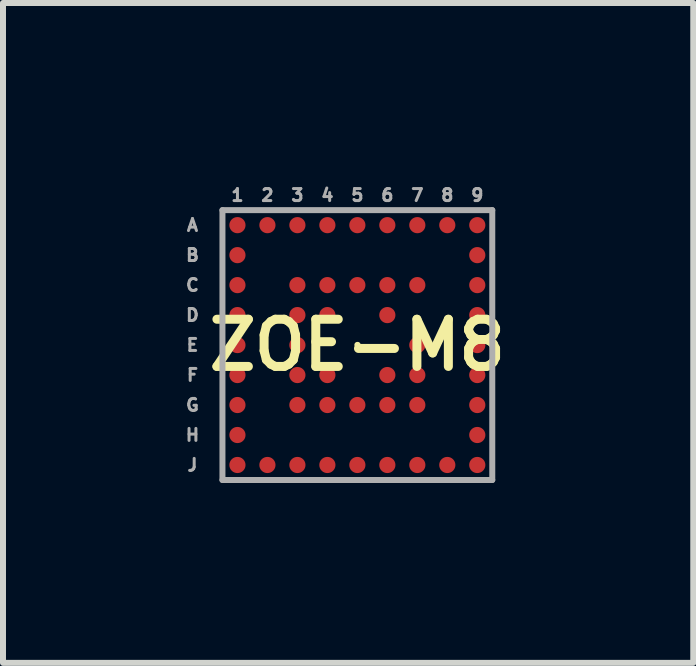
<source format=kicad_pcb>
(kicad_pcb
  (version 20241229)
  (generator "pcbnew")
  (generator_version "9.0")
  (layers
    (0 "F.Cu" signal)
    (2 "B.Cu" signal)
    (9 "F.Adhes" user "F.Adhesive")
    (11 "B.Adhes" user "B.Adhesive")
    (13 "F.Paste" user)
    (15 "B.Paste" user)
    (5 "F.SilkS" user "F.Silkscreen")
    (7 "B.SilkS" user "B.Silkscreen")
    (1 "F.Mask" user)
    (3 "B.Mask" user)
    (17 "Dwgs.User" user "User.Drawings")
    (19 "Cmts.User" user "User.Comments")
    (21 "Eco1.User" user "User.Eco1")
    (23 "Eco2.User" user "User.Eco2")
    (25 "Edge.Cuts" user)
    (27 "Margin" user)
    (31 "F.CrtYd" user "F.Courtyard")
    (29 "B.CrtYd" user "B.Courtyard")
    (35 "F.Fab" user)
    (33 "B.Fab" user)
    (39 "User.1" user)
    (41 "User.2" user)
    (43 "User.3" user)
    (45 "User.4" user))
  (footprint "ZOE-M8"
    (layer "F.Cu")
    (at 2.91 2.705)
    (property "Reference" "ZOE-M8" (at 0 0 0) (layer "F.SilkS") (effects (font (size 0.787 0.787) (thickness 0.15))))
    (attr through_hole)
    (fp_circle (center -2 -2) (end -1.815 -2) (stroke (width 0) (type solid)) (fill yes) (layer "F.Mask"))
    (fp_circle (center -2 -1.5) (end -1.815 -1.5) (stroke (width 0) (type solid)) (fill yes) (layer "F.Mask"))
    (fp_circle (center -2 -1) (end -1.815 -1) (stroke (width 0) (type solid)) (fill yes) (layer "F.Mask"))
    (fp_circle (center -2 -0.5) (end -1.815 -0.5) (stroke (width 0) (type solid)) (fill yes) (layer "F.Mask"))
    (fp_circle (center -2 0) (end -1.815 0) (stroke (width 0) (type solid)) (fill yes) (layer "F.Mask"))
    (fp_circle (center -2 0.5) (end -1.815 0.5) (stroke (width 0) (type solid)) (fill yes) (layer "F.Mask"))
    (fp_circle (center -2 1) (end -1.815 1) (stroke (width 0) (type solid)) (fill yes) (layer "F.Mask"))
    (fp_circle (center -2 1.5) (end -1.815 1.5) (stroke (width 0) (type solid)) (fill yes) (layer "F.Mask"))
    (fp_circle (center -2 2) (end -1.815 2) (stroke (width 0) (type solid)) (fill yes) (layer "F.Mask"))
    (fp_circle (center -1.5 -2) (end -1.315 -2) (stroke (width 0) (type solid)) (fill yes) (layer "F.Mask"))
    (fp_circle (center -1.5 2) (end -1.315 2) (stroke (width 0) (type solid)) (fill yes) (layer "F.Mask"))
    (fp_circle (center -1 -2) (end -0.815 -2) (stroke (width 0) (type solid)) (fill yes) (layer "F.Mask"))
    (fp_circle (center -1 -1) (end -0.815 -1) (stroke (width 0) (type solid)) (fill yes) (layer "F.Mask"))
    (fp_circle (center -1 -0.5) (end -0.815 -0.5) (stroke (width 0) (type solid)) (fill yes) (layer "F.Mask"))
    (fp_circle (center -1 0) (end -0.815 0) (stroke (width 0) (type solid)) (fill yes) (layer "F.Mask"))
    (fp_circle (center -1 0.5) (end -0.815 0.5) (stroke (width 0) (type solid)) (fill yes) (layer "F.Mask"))
    (fp_circle (center -1 1) (end -0.815 1) (stroke (width 0) (type solid)) (fill yes) (layer "F.Mask"))
    (fp_circle (center -1 2) (end -0.815 2) (stroke (width 0) (type solid)) (fill yes) (layer "F.Mask"))
    (fp_circle (center -0.5 -2) (end -0.315 -2) (stroke (width 0) (type solid)) (fill yes) (layer "F.Mask"))
    (fp_circle (center -0.5 -1) (end -0.315 -1) (stroke (width 0) (type solid)) (fill yes) (layer "F.Mask"))
    (fp_circle (center -0.5 -0.5) (end -0.315 -0.5) (stroke (width 0) (type solid)) (fill yes) (layer "F.Mask"))
    (fp_circle (center -0.5 0.5) (end -0.315 0.5) (stroke (width 0) (type solid)) (fill yes) (layer "F.Mask"))
    (fp_circle (center -0.5 1) (end -0.315 1) (stroke (width 0) (type solid)) (fill yes) (layer "F.Mask"))
    (fp_circle (center -0.5 2) (end -0.315 2) (stroke (width 0) (type solid)) (fill yes) (layer "F.Mask"))
    (fp_circle (center 0 -2) (end 0.185 -2) (stroke (width 0) (type solid)) (fill yes) (layer "F.Mask"))
    (fp_circle (center 0 -1) (end 0.185 -1) (stroke (width 0) (type solid)) (fill yes) (layer "F.Mask"))
    (fp_circle (center 0 1) (end 0.185 1) (stroke (width 0) (type solid)) (fill yes) (layer "F.Mask"))
    (fp_circle (center 0 2) (end 0.185 2) (stroke (width 0) (type solid)) (fill yes) (layer "F.Mask"))
    (fp_circle (center 0.5 -2) (end 0.685 -2) (stroke (width 0) (type solid)) (fill yes) (layer "F.Mask"))
    (fp_circle (center 0.5 -1) (end 0.685 -1) (stroke (width 0) (type solid)) (fill yes) (layer "F.Mask"))
    (fp_circle (center 0.5 -0.5) (end 0.685 -0.5) (stroke (width 0) (type solid)) (fill yes) (layer "F.Mask"))
    (fp_circle (center 0.5 0.5) (end 0.685 0.5) (stroke (width 0) (type solid)) (fill yes) (layer "F.Mask"))
    (fp_circle (center 0.5 1) (end 0.685 1) (stroke (width 0) (type solid)) (fill yes) (layer "F.Mask"))
    (fp_circle (center 0.5 2) (end 0.685 2) (stroke (width 0) (type solid)) (fill yes) (layer "F.Mask"))
    (fp_circle (center 1 -2) (end 1.185 -2) (stroke (width 0) (type solid)) (fill yes) (layer "F.Mask"))
    (fp_circle (center 1 -1) (end 1.185 -1) (stroke (width 0) (type solid)) (fill yes) (layer "F.Mask"))
    (fp_circle (center 1 0) (end 1.185 0) (stroke (width 0) (type solid)) (fill yes) (layer "F.Mask"))
    (fp_circle (center 1 0.5) (end 1.185 0.5) (stroke (width 0) (type solid)) (fill yes) (layer "F.Mask"))
    (fp_circle (center 1 1) (end 1.185 1) (stroke (width 0) (type solid)) (fill yes) (layer "F.Mask"))
    (fp_circle (center 1 2) (end 1.185 2) (stroke (width 0) (type solid)) (fill yes) (layer "F.Mask"))
    (fp_circle (center 1.5 -2) (end 1.685 -2) (stroke (width 0) (type solid)) (fill yes) (layer "F.Mask"))
    (fp_circle (center 1.5 2) (end 1.685 2) (stroke (width 0) (type solid)) (fill yes) (layer "F.Mask"))
    (fp_circle (center 2 -2) (end 2.185 -2) (stroke (width 0) (type solid)) (fill yes) (layer "F.Mask"))
    (fp_circle (center 2 -1.5) (end 2.185 -1.5) (stroke (width 0) (type solid)) (fill yes) (layer "F.Mask"))
    (fp_circle (center 2 -1) (end 2.185 -1) (stroke (width 0) (type solid)) (fill yes) (layer "F.Mask"))
    (fp_circle (center 2 -0.5) (end 2.185 -0.5) (stroke (width 0) (type solid)) (fill yes) (layer "F.Mask"))
    (fp_circle (center 2 0) (end 2.185 0) (stroke (width 0) (type solid)) (fill yes) (layer "F.Mask"))
    (fp_circle (center 2 0.5) (end 2.185 0.5) (stroke (width 0) (type solid)) (fill yes) (layer "F.Mask"))
    (fp_circle (center 2 1) (end 2.185 1) (stroke (width 0) (type solid)) (fill yes) (layer "F.Mask"))
    (fp_circle (center 2 1.5) (end 2.185 1.5) (stroke (width 0) (type solid)) (fill yes) (layer "F.Mask"))
    (fp_circle (center 2 2) (end 2.185 2) (stroke (width 0) (type solid)) (fill yes) (layer "F.Mask"))
    (fp_line (start 0 -0.003) (end 0.005 -0.003) (stroke (width 0.1) (type solid)) (layer "F.SilkS"))
    (fp_line (start -2.25 -2.25) (end -2.25 2.25) (stroke (width 0.1) (type solid)) (layer "F.Fab"))
    (fp_line (start -2.25 2.25) (end 2.25 2.25) (stroke (width 0.1) (type solid)) (layer "F.Fab"))
    (fp_line (start 2.25 -2.25) (end -2.25 -2.25) (stroke (width 0.1) (type solid)) (layer "F.Fab"))
    (fp_line (start 2.25 2.25) (end 2.25 -2.25) (stroke (width 0.1) (type solid)) (layer "F.Fab"))
    (fp_text user "2" (at -1.5 -2.5 0) (layer "F.Fab") (effects (font (size 0.2 0.2) (thickness 0.15))))
    (fp_text user "J" (at -2.75 2 0) (layer "F.Fab") (effects (font (size 0.2 0.2) (thickness 0.15))))
    (fp_text user "H" (at -2.75 1.5 0) (layer "F.Fab") (effects (font (size 0.2 0.2) (thickness 0.15))))
    (fp_text user "F" (at -2.75 0.5 0) (layer "F.Fab") (effects (font (size 0.2 0.2) (thickness 0.15))))
    (fp_text user "8" (at 1.5 -2.5 0) (layer "F.Fab") (effects (font (size 0.2 0.2) (thickness 0.15))))
    (fp_text user "3" (at -1 -2.5 0) (layer "F.Fab") (effects (font (size 0.2 0.2) (thickness 0.15))))
    (fp_text user "6" (at 0.5 -2.5 0) (layer "F.Fab") (effects (font (size 0.2 0.2) (thickness 0.15))))
    (fp_text user "7" (at 1 -2.5 0) (layer "F.Fab") (effects (font (size 0.2 0.2) (thickness 0.15))))
    (fp_text user "E" (at -2.75 0 0) (layer "F.Fab") (effects (font (size 0.2 0.2) (thickness 0.15))))
    (fp_text user "9" (at 2 -2.5 0) (layer "F.Fab") (effects (font (size 0.2 0.2) (thickness 0.15))))
    (fp_text user "D" (at -2.75 -0.5 0) (layer "F.Fab") (effects (font (size 0.2 0.2) (thickness 0.15))))
    (fp_text user "C" (at -2.75 -1 0) (layer "F.Fab") (effects (font (size 0.2 0.2) (thickness 0.15))))
    (fp_text user "5" (at 0 -2.5 0) (layer "F.Fab") (effects (font (size 0.2 0.2) (thickness 0.15))))
    (fp_text user "G" (at -2.75 1 0) (layer "F.Fab") (effects (font (size 0.2 0.2) (thickness 0.15))))
    (fp_text user "B" (at -2.75 -1.5 0) (layer "F.Fab") (effects (font (size 0.2 0.2) (thickness 0.15))))
    (fp_text user "4" (at -0.5 -2.5 0) (layer "F.Fab") (effects (font (size 0.2 0.2) (thickness 0.15))))
    (fp_text user "1" (at -2 -2.5 0) (layer "F.Fab") (effects (font (size 0.2 0.2) (thickness 0.15))))
    (fp_text user "A" (at -2.75 -2 0) (layer "F.Fab") (effects (font (size 0.2 0.2) (thickness 0.15))))
    (pad "P$2E1" smd circle (at -2 0 180) (size 0.27 0.27) (layers "F.Cu" "F.Paste"))
    (pad "P$A1" smd circle (at -2 -2 180) (size 0.27 0.27) (layers "F.Cu" "F.Paste"))
    (pad "P$A2" smd circle (at -1.5 -2 180) (size 0.27 0.27) (layers "F.Cu" "F.Paste"))
    (pad "P$A3" smd circle (at -1 -2 180) (size 0.27 0.27) (layers "F.Cu" "F.Paste"))
    (pad "P$A4" smd circle (at -0.5 -2 180) (size 0.27 0.27) (layers "F.Cu" "F.Paste"))
    (pad "P$A5" smd circle (at 0 -2) (size 0.27 0.27) (layers "F.Cu" "F.Paste"))
    (pad "P$A6" smd circle (at 0.5 -2 90) (size 0.27 0.27) (layers "F.Cu" "F.Paste"))
    (pad "P$A7" smd circle (at 1 -2 90) (size 0.27 0.27) (layers "F.Cu" "F.Paste"))
    (pad "P$A8" smd circle (at 1.5 -2 180) (size 0.27 0.27) (layers "F.Cu" "F.Paste"))
    (pad "P$A9" smd circle (at 2 -2 180) (size 0.27 0.27) (layers "F.Cu" "F.Paste"))
    (pad "P$B1" smd circle (at -2 -1.5 180) (size 0.27 0.27) (layers "F.Cu" "F.Paste"))
    (pad "P$B9" smd circle (at 2 -1.5 180) (size 0.27 0.27) (layers "F.Cu" "F.Paste"))
    (pad "P$C1" smd circle (at -2 -1 180) (size 0.27 0.27) (layers "F.Cu" "F.Paste"))
    (pad "P$C3" smd circle (at -1 -1 180) (size 0.27 0.27) (layers "F.Cu" "F.Paste"))
    (pad "P$C4" smd circle (at -0.5 -1 180) (size 0.27 0.27) (layers "F.Cu" "F.Paste"))
    (pad "P$C5" smd circle (at 0 -1 180) (size 0.27 0.27) (layers "F.Cu" "F.Paste"))
    (pad "P$C6" smd circle (at 0.5 -1 180) (size 0.27 0.27) (layers "F.Cu" "F.Paste"))
    (pad "P$C7" smd circle (at 1 -1 180) (size 0.27 0.27) (layers "F.Cu" "F.Paste"))
    (pad "P$C9" smd circle (at 2 -1 180) (size 0.27 0.27) (layers "F.Cu" "F.Paste"))
    (pad "P$D1" smd circle (at -2 -0.5 180) (size 0.27 0.27) (layers "F.Cu" "F.Paste"))
    (pad "P$D3" smd circle (at -1 -0.5 180) (size 0.27 0.27) (layers "F.Cu" "F.Paste"))
    (pad "P$D4" smd circle (at -0.5 -0.5 180) (size 0.27 0.27) (layers "F.Cu" "F.Paste"))
    (pad "P$D6" smd circle (at 0.5 -0.5 180) (size 0.27 0.27) (layers "F.Cu" "F.Paste"))
    (pad "P$D9" smd circle (at 2 -0.5 180) (size 0.27 0.27) (layers "F.Cu" "F.Paste"))
    (pad "P$E3" smd circle (at -1 0 180) (size 0.27 0.27) (layers "F.Cu" "F.Paste"))
    (pad "P$E7" smd circle (at 1 0 180) (size 0.27 0.27) (layers "F.Cu" "F.Paste"))
    (pad "P$E9" smd circle (at 2 0 180) (size 0.27 0.27) (layers "F.Cu" "F.Paste"))
    (pad "P$F1" smd circle (at -2 0.5 180) (size 0.27 0.27) (layers "F.Cu" "F.Paste"))
    (pad "P$F3" smd circle (at -1 0.5 180) (size 0.27 0.27) (layers "F.Cu" "F.Paste"))
    (pad "P$F4" smd circle (at -0.5 0.5 180) (size 0.27 0.27) (layers "F.Cu" "F.Paste"))
    (pad "P$F6" smd circle (at 0.5 0.5 180) (size 0.27 0.27) (layers "F.Cu" "F.Paste"))
    (pad "P$F7" smd circle (at 1 0.5 180) (size 0.27 0.27) (layers "F.Cu" "F.Paste"))
    (pad "P$F9" smd circle (at 2 0.5 180) (size 0.27 0.27) (layers "F.Cu" "F.Paste"))
    (pad "P$G1" smd circle (at -2 1 180) (size 0.27 0.27) (layers "F.Cu" "F.Paste"))
    (pad "P$G3" smd circle (at -1 1 180) (size 0.27 0.27) (layers "F.Cu" "F.Paste"))
    (pad "P$G4" smd circle (at -0.5 1 180) (size 0.27 0.27) (layers "F.Cu" "F.Paste"))
    (pad "P$G5" smd circle (at 0 1 180) (size 0.27 0.27) (layers "F.Cu" "F.Paste"))
    (pad "P$G6" smd circle (at 0.5 1 180) (size 0.27 0.27) (layers "F.Cu" "F.Paste"))
    (pad "P$G7" smd circle (at 1 1 180) (size 0.27 0.27) (layers "F.Cu" "F.Paste"))
    (pad "P$G9" smd circle (at 2 1 180) (size 0.27 0.27) (layers "F.Cu" "F.Paste"))
    (pad "P$H1" smd circle (at -2 1.5 180) (size 0.27 0.27) (layers "F.Cu" "F.Paste"))
    (pad "P$H9" smd circle (at 2 1.5 180) (size 0.27 0.27) (layers "F.Cu" "F.Paste"))
    (pad "P$J1" smd circle (at -2 2 180) (size 0.27 0.27) (layers "F.Cu" "F.Paste"))
    (pad "P$J2" smd circle (at -1.5 2 180) (size 0.27 0.27) (layers "F.Cu" "F.Paste"))
    (pad "P$J3" smd circle (at -1 2 180) (size 0.27 0.27) (layers "F.Cu" "F.Paste"))
    (pad "P$J4" smd circle (at -0.5 2 180) (size 0.27 0.27) (layers "F.Cu" "F.Paste"))
    (pad "P$J5" smd circle (at 0 2 180) (size 0.27 0.27) (layers "F.Cu" "F.Paste"))
    (pad "P$J6" smd circle (at 0.5 2 180) (size 0.27 0.27) (layers "F.Cu" "F.Paste"))
    (pad "P$J7" smd circle (at 1 2 180) (size 0.27 0.27) (layers "F.Cu" "F.Paste"))
    (pad "P$J8" smd circle (at 1.5 2 180) (size 0.27 0.27) (layers "F.Cu" "F.Paste"))
    (pad "P$J9" smd circle (at 2 2 180) (size 0.27 0.27) (layers "F.Cu" "F.Paste")))
  (gr_rect
    (start -3 -3)
    (end 8.512 8.005)
    (stroke (width 0.1) (type default))
    (fill no)
    (layer "Edge.Cuts")))
</source>
